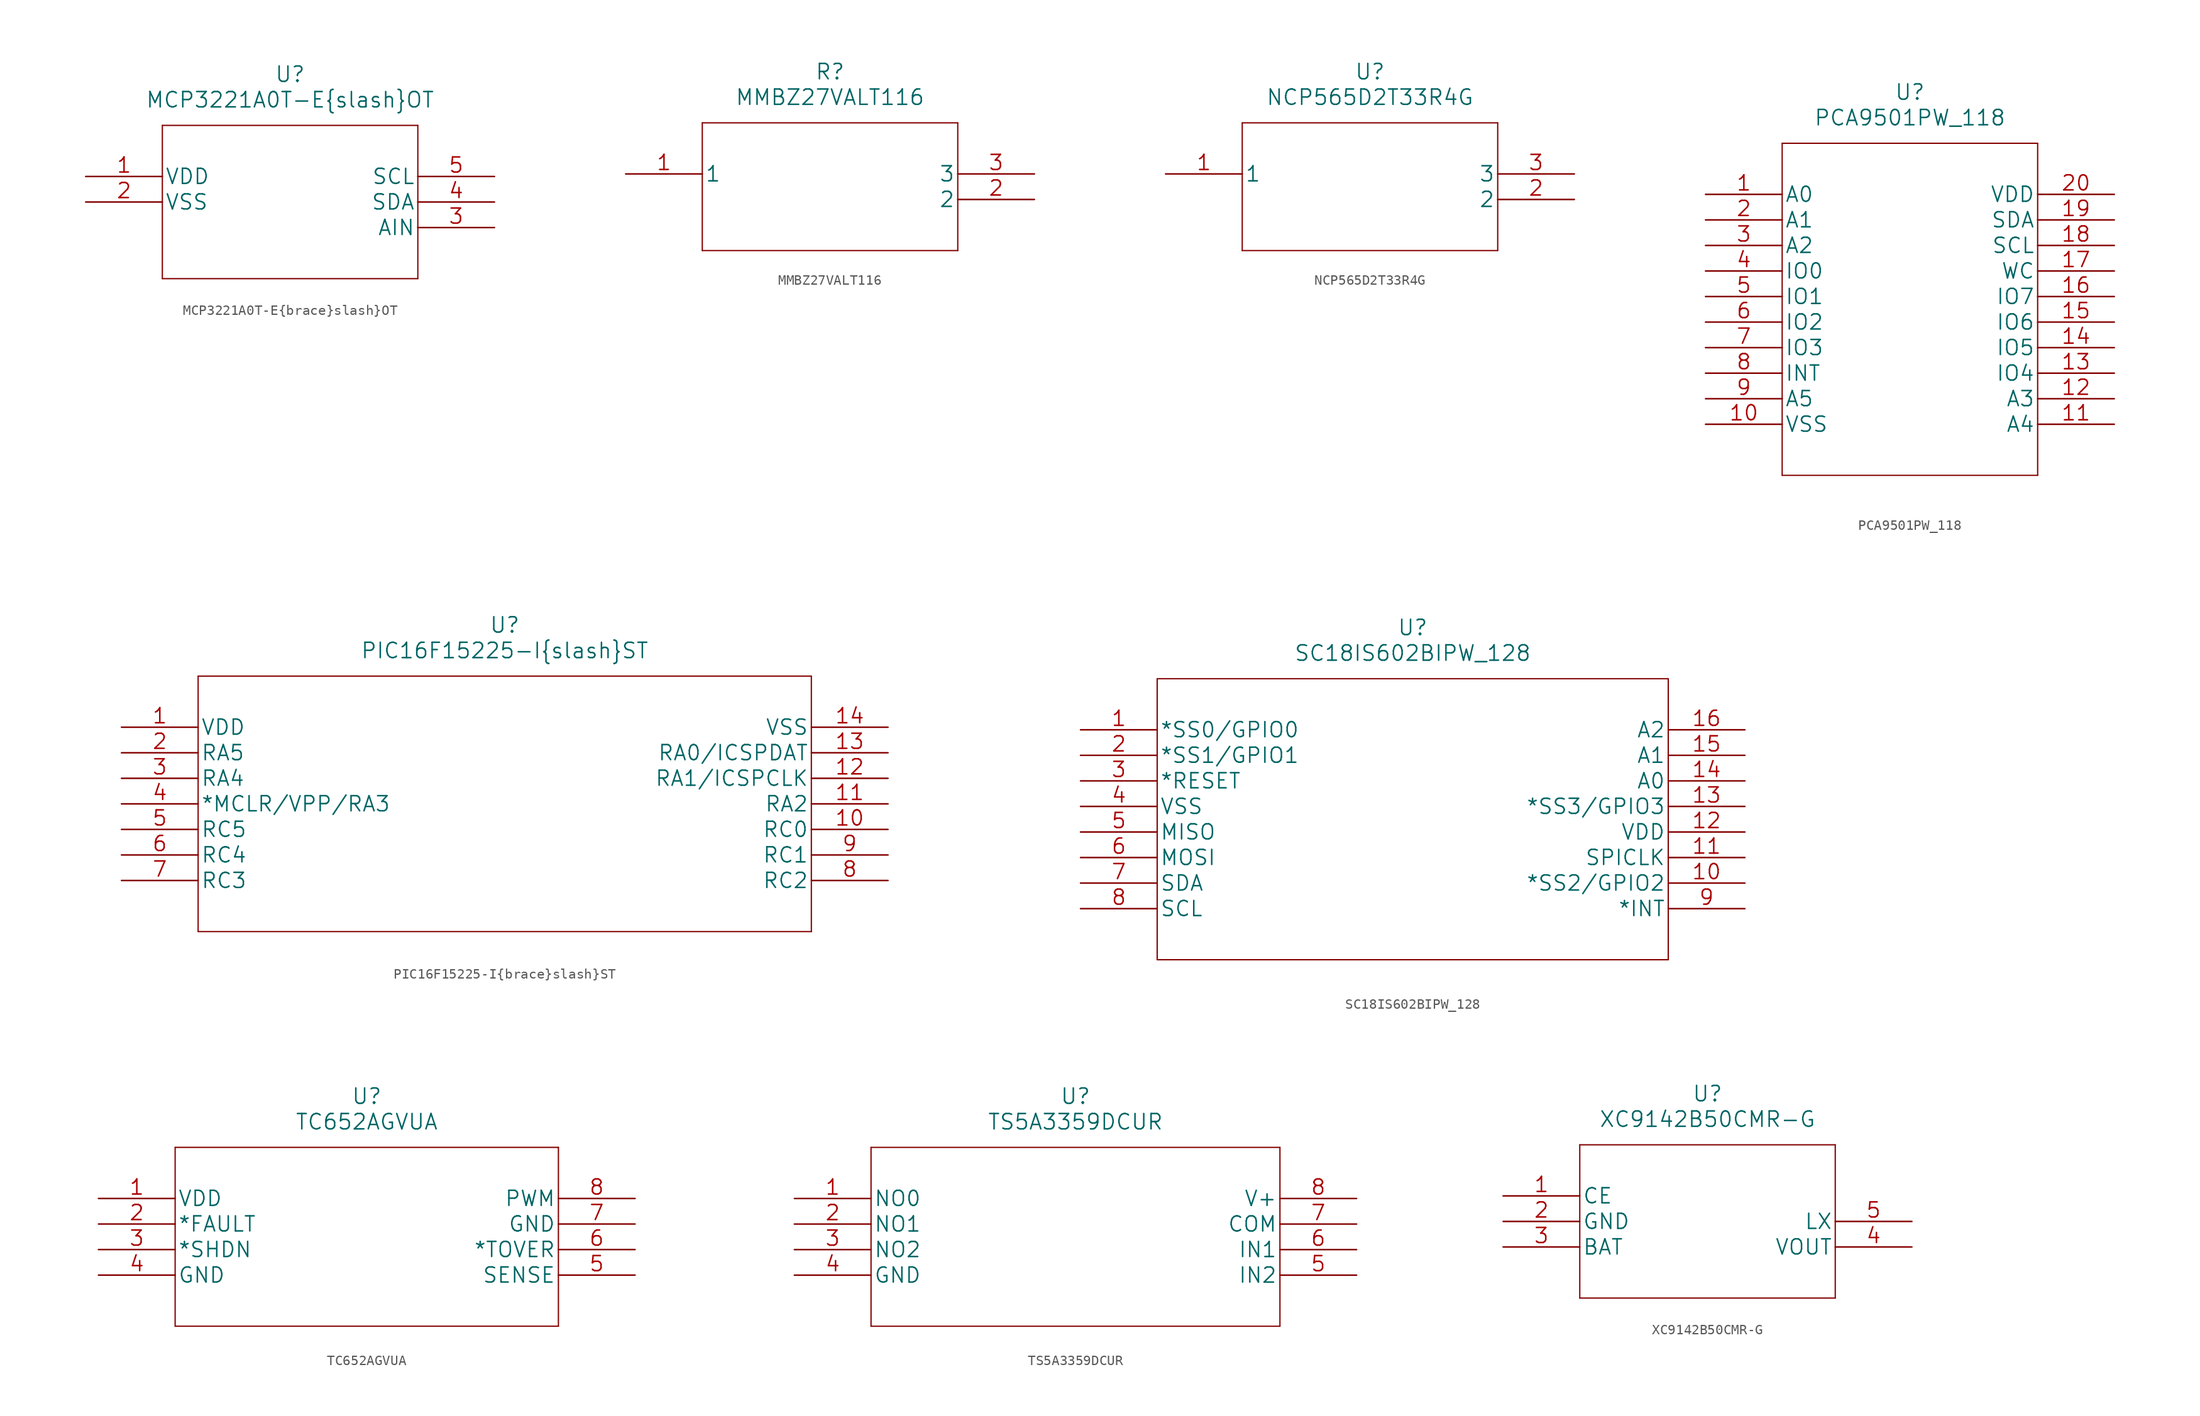
<source format=kicad_sym>
(kicad_symbol_lib
  (version 20211014)
  (generator kicad_symbol_editor)
  (symbol "MCP3221A0T-E{brace}slash}OT"
    (pin_names
      (offset 0.254))
    (property "Reference" "U"
      (at 20.32 10.16 0)
      (effects (font (size 1.524 1.524))))
    (property "Value" "MCP3221A0T-E{brace}slash}OT"
      (at 20.32 7.62 0)
      (effects (font (size 1.524 1.524))))
    (property "Datasheet" ""
      (at 0 0 0)
      (effects (font (size 1.524 1.524))))
    (property "ki_locked" ""
      (at 0 0 0)
      (effects (font (size 1.27 1.27))))
    (symbol "MCP3221A0T-E{brace}slash}OT_1_1"
      (polyline (pts (xy 7.62 -10.16) (xy 33.02 -10.16)) (stroke (width 0.127) (type default) (color 0 0 0 0)) (fill (type none)))
      (polyline (pts (xy 7.62 5.08) (xy 7.62 -10.16)) (stroke (width 0.127) (type default) (color 0 0 0 0)) (fill (type none)))
      (polyline (pts (xy 33.02 -10.16) (xy 33.02 5.08)) (stroke (width 0.127) (type default) (color 0 0 0 0)) (fill (type none)))
      (polyline (pts (xy 33.02 5.08) (xy 7.62 5.08)) (stroke (width 0.127) (type default) (color 0 0 0 0)) (fill (type none)))
      (pin unspecified line (at 0 0 0) (length 7.62) (name "VDD" (effects (font (size 1.499 1.499)))) (number "1" (effects (font (size 1.499 1.499)))))
      (pin unspecified line (at 0 -2.54 0) (length 7.62) (name "VSS" (effects (font (size 1.499 1.499)))) (number "2" (effects (font (size 1.499 1.499)))))
      (pin unspecified line (at 40.64 -5.08 180) (length 7.62) (name "AIN" (effects (font (size 1.499 1.499)))) (number "3" (effects (font (size 1.499 1.499)))))
      (pin unspecified line (at 40.64 -2.54 180) (length 7.62) (name "SDA" (effects (font (size 1.499 1.499)))) (number "4" (effects (font (size 1.499 1.499)))))
      (pin unspecified line (at 40.64 0 180) (length 7.62) (name "SCL" (effects (font (size 1.499 1.499)))) (number "5" (effects (font (size 1.499 1.499)))))))
  (symbol "MMBZ27VALT116"
    (pin_names
      (offset 0.254))
    (property "Reference" "R"
      (at 20.32 10.16 0)
      (effects (font (size 1.524 1.524))))
    (property "Value" "MMBZ27VALT116"
      (at 20.32 7.62 0)
      (effects (font (size 1.524 1.524))))
    (property "Datasheet" ""
      (at 0 0 0)
      (effects (font (size 1.524 1.524))))
    (property "ki_locked" ""
      (at 0 0 0)
      (effects (font (size 1.27 1.27))))
    (symbol "MMBZ27VALT116_1_1"
      (polyline (pts (xy 7.62 -7.62) (xy 33.02 -7.62)) (stroke (width 0.127) (type default) (color 0 0 0 0)) (fill (type none)))
      (polyline (pts (xy 7.62 5.08) (xy 7.62 -7.62)) (stroke (width 0.127) (type default) (color 0 0 0 0)) (fill (type none)))
      (polyline (pts (xy 33.02 -7.62) (xy 33.02 5.08)) (stroke (width 0.127) (type default) (color 0 0 0 0)) (fill (type none)))
      (polyline (pts (xy 33.02 5.08) (xy 7.62 5.08)) (stroke (width 0.127) (type default) (color 0 0 0 0)) (fill (type none)))
      (pin unspecified line (at 0 0 0) (length 7.62) (name "1" (effects (font (size 1.499 1.499)))) (number "1" (effects (font (size 1.499 1.499)))))
      (pin unspecified line (at 40.64 -2.54 180) (length 7.62) (name "2" (effects (font (size 1.499 1.499)))) (number "2" (effects (font (size 1.499 1.499)))))
      (pin unspecified line (at 40.64 0 180) (length 7.62) (name "3" (effects (font (size 1.499 1.499)))) (number "3" (effects (font (size 1.499 1.499)))))))
  (symbol "NCP565D2T33R4G"
    (pin_names
      (offset 0.254))
    (property "Reference" "U"
      (at 20.32 10.16 0)
      (effects (font (size 1.524 1.524))))
    (property "Value" "NCP565D2T33R4G"
      (at 20.32 7.62 0)
      (effects (font (size 1.524 1.524))))
    (property "Datasheet" ""
      (at 0 0 0)
      (effects (font (size 1.524 1.524))))
    (property "ki_locked" ""
      (at 0 0 0)
      (effects (font (size 1.27 1.27))))
    (symbol "NCP565D2T33R4G_1_1"
      (polyline (pts (xy 7.62 -7.62) (xy 33.02 -7.62)) (stroke (width 0.127) (type default) (color 0 0 0 0)) (fill (type none)))
      (polyline (pts (xy 7.62 5.08) (xy 7.62 -7.62)) (stroke (width 0.127) (type default) (color 0 0 0 0)) (fill (type none)))
      (polyline (pts (xy 33.02 -7.62) (xy 33.02 5.08)) (stroke (width 0.127) (type default) (color 0 0 0 0)) (fill (type none)))
      (polyline (pts (xy 33.02 5.08) (xy 7.62 5.08)) (stroke (width 0.127) (type default) (color 0 0 0 0)) (fill (type none)))
      (pin unspecified line (at 0 0 0) (length 7.62) (name "1" (effects (font (size 1.499 1.499)))) (number "1" (effects (font (size 1.499 1.499)))))
      (pin unspecified line (at 40.64 -2.54 180) (length 7.62) (name "2" (effects (font (size 1.499 1.499)))) (number "2" (effects (font (size 1.499 1.499)))))
      (pin unspecified line (at 40.64 0 180) (length 7.62) (name "3" (effects (font (size 1.499 1.499)))) (number "3" (effects (font (size 1.499 1.499)))))))
  (symbol "PCA9501PW_118"
    (pin_names
      (offset 0.254))
    (property "Reference" "U"
      (at 20.32 10.16 0)
      (effects (font (size 1.524 1.524))))
    (property "Value" "PCA9501PW_118"
      (at 20.32 7.62 0)
      (effects (font (size 1.524 1.524))))
    (property "Datasheet" ""
      (at 0 0 0)
      (effects (font (size 1.524 1.524))))
    (property "ki_locked" ""
      (at 0 0 0)
      (effects (font (size 1.27 1.27))))
    (symbol "PCA9501PW_118_1_1"
      (polyline (pts (xy 7.62 -27.94) (xy 33.02 -27.94)) (stroke (width 0.127) (type default) (color 0 0 0 0)) (fill (type none)))
      (polyline (pts (xy 7.62 5.08) (xy 7.62 -27.94)) (stroke (width 0.127) (type default) (color 0 0 0 0)) (fill (type none)))
      (polyline (pts (xy 33.02 -27.94) (xy 33.02 5.08)) (stroke (width 0.127) (type default) (color 0 0 0 0)) (fill (type none)))
      (polyline (pts (xy 33.02 5.08) (xy 7.62 5.08)) (stroke (width 0.127) (type default) (color 0 0 0 0)) (fill (type none)))
      (pin bidirectional line (at 0 0 0) (length 7.62) (name "A0" (effects (font (size 1.499 1.499)))) (number "1" (effects (font (size 1.499 1.499)))))
      (pin power_in line (at 0 -22.86 0) (length 7.62) (name "VSS" (effects (font (size 1.499 1.499)))) (number "10" (effects (font (size 1.499 1.499)))))
      (pin bidirectional line (at 40.64 -22.86 180) (length 7.62) (name "A4" (effects (font (size 1.499 1.499)))) (number "11" (effects (font (size 1.499 1.499)))))
      (pin bidirectional line (at 40.64 -20.32 180) (length 7.62) (name "A3" (effects (font (size 1.499 1.499)))) (number "12" (effects (font (size 1.499 1.499)))))
      (pin bidirectional line (at 40.64 -17.78 180) (length 7.62) (name "IO4" (effects (font (size 1.499 1.499)))) (number "13" (effects (font (size 1.499 1.499)))))
      (pin bidirectional line (at 40.64 -15.24 180) (length 7.62) (name "IO5" (effects (font (size 1.499 1.499)))) (number "14" (effects (font (size 1.499 1.499)))))
      (pin bidirectional line (at 40.64 -12.7 180) (length 7.62) (name "IO6" (effects (font (size 1.499 1.499)))) (number "15" (effects (font (size 1.499 1.499)))))
      (pin bidirectional line (at 40.64 -10.16 180) (length 7.62) (name "IO7" (effects (font (size 1.499 1.499)))) (number "16" (effects (font (size 1.499 1.499)))))
      (pin unspecified line (at 40.64 -7.62 180) (length 7.62) (name "WC" (effects (font (size 1.499 1.499)))) (number "17" (effects (font (size 1.499 1.499)))))
      (pin unspecified line (at 40.64 -5.08 180) (length 7.62) (name "SCL" (effects (font (size 1.499 1.499)))) (number "18" (effects (font (size 1.499 1.499)))))
      (pin unspecified line (at 40.64 -2.54 180) (length 7.62) (name "SDA" (effects (font (size 1.499 1.499)))) (number "19" (effects (font (size 1.499 1.499)))))
      (pin bidirectional line (at 0 -2.54 0) (length 7.62) (name "A1" (effects (font (size 1.499 1.499)))) (number "2" (effects (font (size 1.499 1.499)))))
      (pin power_in line (at 40.64 0 180) (length 7.62) (name "VDD" (effects (font (size 1.499 1.499)))) (number "20" (effects (font (size 1.499 1.499)))))
      (pin bidirectional line (at 0 -5.08 0) (length 7.62) (name "A2" (effects (font (size 1.499 1.499)))) (number "3" (effects (font (size 1.499 1.499)))))
      (pin bidirectional line (at 0 -7.62 0) (length 7.62) (name "IO0" (effects (font (size 1.499 1.499)))) (number "4" (effects (font (size 1.499 1.499)))))
      (pin bidirectional line (at 0 -10.16 0) (length 7.62) (name "IO1" (effects (font (size 1.499 1.499)))) (number "5" (effects (font (size 1.499 1.499)))))
      (pin bidirectional line (at 0 -12.7 0) (length 7.62) (name "IO2" (effects (font (size 1.499 1.499)))) (number "6" (effects (font (size 1.499 1.499)))))
      (pin bidirectional line (at 0 -15.24 0) (length 7.62) (name "IO3" (effects (font (size 1.499 1.499)))) (number "7" (effects (font (size 1.499 1.499)))))
      (pin input line (at 0 -17.78 0) (length 7.62) (name "INT" (effects (font (size 1.499 1.499)))) (number "8" (effects (font (size 1.499 1.499)))))
      (pin bidirectional line (at 0 -20.32 0) (length 7.62) (name "A5" (effects (font (size 1.499 1.499)))) (number "9" (effects (font (size 1.499 1.499)))))))
  (symbol "PIC16F15225-I{brace}slash}ST"
    (pin_names
      (offset 0.254))
    (property "Reference" "U"
      (at 38.1 10.16 0)
      (effects (font (size 1.524 1.524))))
    (property "Value" "PIC16F15225-I{brace}slash}ST"
      (at 38.1 7.62 0)
      (effects (font (size 1.524 1.524))))
    (property "Datasheet" ""
      (at 0 0 0)
      (effects (font (size 1.524 1.524))))
    (property "ki_locked" ""
      (at 0 0 0)
      (effects (font (size 1.27 1.27))))
    (symbol "PIC16F15225-I{brace}slash}ST_1_1"
      (polyline (pts (xy 7.62 -20.32) (xy 68.58 -20.32)) (stroke (width 0.127) (type default) (color 0 0 0 0)) (fill (type none)))
      (polyline (pts (xy 7.62 5.08) (xy 7.62 -20.32)) (stroke (width 0.127) (type default) (color 0 0 0 0)) (fill (type none)))
      (polyline (pts (xy 68.58 -20.32) (xy 68.58 5.08)) (stroke (width 0.127) (type default) (color 0 0 0 0)) (fill (type none)))
      (polyline (pts (xy 68.58 5.08) (xy 7.62 5.08)) (stroke (width 0.127) (type default) (color 0 0 0 0)) (fill (type none)))
      (pin power_in line (at 0 0 0) (length 7.62) (name "VDD" (effects (font (size 1.499 1.499)))) (number "1" (effects (font (size 1.499 1.499)))))
      (pin bidirectional line (at 76.2 -10.16 180) (length 7.62) (name "RC0" (effects (font (size 1.499 1.499)))) (number "10" (effects (font (size 1.499 1.499)))))
      (pin bidirectional line (at 76.2 -7.62 180) (length 7.62) (name "RA2" (effects (font (size 1.499 1.499)))) (number "11" (effects (font (size 1.499 1.499)))))
      (pin bidirectional line (at 76.2 -5.08 180) (length 7.62) (name "RA1/ICSPCLK" (effects (font (size 1.499 1.499)))) (number "12" (effects (font (size 1.499 1.499)))))
      (pin bidirectional line (at 76.2 -2.54 180) (length 7.62) (name "RA0/ICSPDAT" (effects (font (size 1.499 1.499)))) (number "13" (effects (font (size 1.499 1.499)))))
      (pin power_in line (at 76.2 0 180) (length 7.62) (name "VSS" (effects (font (size 1.499 1.499)))) (number "14" (effects (font (size 1.499 1.499)))))
      (pin bidirectional line (at 0 -2.54 0) (length 7.62) (name "RA5" (effects (font (size 1.499 1.499)))) (number "2" (effects (font (size 1.499 1.499)))))
      (pin bidirectional line (at 0 -5.08 0) (length 7.62) (name "RA4" (effects (font (size 1.499 1.499)))) (number "3" (effects (font (size 1.499 1.499)))))
      (pin bidirectional line (at 0 -7.62 0) (length 7.62) (name "*MCLR/VPP/RA3" (effects (font (size 1.499 1.499)))) (number "4" (effects (font (size 1.499 1.499)))))
      (pin bidirectional line (at 0 -10.16 0) (length 7.62) (name "RC5" (effects (font (size 1.499 1.499)))) (number "5" (effects (font (size 1.499 1.499)))))
      (pin bidirectional line (at 0 -12.7 0) (length 7.62) (name "RC4" (effects (font (size 1.499 1.499)))) (number "6" (effects (font (size 1.499 1.499)))))
      (pin bidirectional line (at 0 -15.24 0) (length 7.62) (name "RC3" (effects (font (size 1.499 1.499)))) (number "7" (effects (font (size 1.499 1.499)))))
      (pin bidirectional line (at 76.2 -15.24 180) (length 7.62) (name "RC2" (effects (font (size 1.499 1.499)))) (number "8" (effects (font (size 1.499 1.499)))))
      (pin bidirectional line (at 76.2 -12.7 180) (length 7.62) (name "RC1" (effects (font (size 1.499 1.499)))) (number "9" (effects (font (size 1.499 1.499)))))))
  (symbol "SC18IS602BIPW_128"
    (pin_names
      (offset 0.254))
    (property "Reference" "U"
      (at 33.02 10.16 0)
      (effects (font (size 1.524 1.524))))
    (property "Value" "SC18IS602BIPW_128"
      (at 33.02 7.62 0)
      (effects (font (size 1.524 1.524))))
    (property "Datasheet" ""
      (at 0 0 0)
      (effects (font (size 1.524 1.524))))
    (property "ki_locked" ""
      (at 0 0 0)
      (effects (font (size 1.27 1.27))))
    (symbol "SC18IS602BIPW_128_1_1"
      (polyline (pts (xy 7.62 -22.86) (xy 58.42 -22.86)) (stroke (width 0.127) (type default) (color 0 0 0 0)) (fill (type none)))
      (polyline (pts (xy 7.62 5.08) (xy 7.62 -22.86)) (stroke (width 0.127) (type default) (color 0 0 0 0)) (fill (type none)))
      (polyline (pts (xy 58.42 -22.86) (xy 58.42 5.08)) (stroke (width 0.127) (type default) (color 0 0 0 0)) (fill (type none)))
      (polyline (pts (xy 58.42 5.08) (xy 7.62 5.08)) (stroke (width 0.127) (type default) (color 0 0 0 0)) (fill (type none)))
      (pin bidirectional line (at 0 0 0) (length 7.62) (name "*SS0/GPIO0" (effects (font (size 1.499 1.499)))) (number "1" (effects (font (size 1.499 1.499)))))
      (pin bidirectional line (at 66.04 -15.24 180) (length 7.62) (name "*SS2/GPIO2" (effects (font (size 1.499 1.499)))) (number "10" (effects (font (size 1.499 1.499)))))
      (pin output line (at 66.04 -12.7 180) (length 7.62) (name "SPICLK" (effects (font (size 1.499 1.499)))) (number "11" (effects (font (size 1.499 1.499)))))
      (pin power_in line (at 66.04 -10.16 180) (length 7.62) (name "VDD" (effects (font (size 1.499 1.499)))) (number "12" (effects (font (size 1.499 1.499)))))
      (pin bidirectional line (at 66.04 -7.62 180) (length 7.62) (name "*SS3/GPIO3" (effects (font (size 1.499 1.499)))) (number "13" (effects (font (size 1.499 1.499)))))
      (pin input line (at 66.04 -5.08 180) (length 7.62) (name "A0" (effects (font (size 1.499 1.499)))) (number "14" (effects (font (size 1.499 1.499)))))
      (pin input line (at 66.04 -2.54 180) (length 7.62) (name "A1" (effects (font (size 1.499 1.499)))) (number "15" (effects (font (size 1.499 1.499)))))
      (pin input line (at 66.04 0 180) (length 7.62) (name "A2" (effects (font (size 1.499 1.499)))) (number "16" (effects (font (size 1.499 1.499)))))
      (pin bidirectional line (at 0 -2.54 0) (length 7.62) (name "*SS1/GPIO1" (effects (font (size 1.499 1.499)))) (number "2" (effects (font (size 1.499 1.499)))))
      (pin input line (at 0 -5.08 0) (length 7.62) (name "*RESET" (effects (font (size 1.499 1.499)))) (number "3" (effects (font (size 1.499 1.499)))))
      (pin power_in line (at 0 -7.62 0) (length 7.62) (name "VSS" (effects (font (size 1.499 1.499)))) (number "4" (effects (font (size 1.499 1.499)))))
      (pin input line (at 0 -10.16 0) (length 7.62) (name "MISO" (effects (font (size 1.499 1.499)))) (number "5" (effects (font (size 1.499 1.499)))))
      (pin output line (at 0 -12.7 0) (length 7.62) (name "MOSI" (effects (font (size 1.499 1.499)))) (number "6" (effects (font (size 1.499 1.499)))))
      (pin bidirectional line (at 0 -15.24 0) (length 7.62) (name "SDA" (effects (font (size 1.499 1.499)))) (number "7" (effects (font (size 1.499 1.499)))))
      (pin input line (at 0 -17.78 0) (length 7.62) (name "SCL" (effects (font (size 1.499 1.499)))) (number "8" (effects (font (size 1.499 1.499)))))
      (pin output line (at 66.04 -17.78 180) (length 7.62) (name "*INT" (effects (font (size 1.499 1.499)))) (number "9" (effects (font (size 1.499 1.499)))))))
  (symbol "TC652AGVUA"
    (pin_names
      (offset 0.254))
    (property "Reference" "U"
      (at 26.67 10.16 0)
      (effects (font (size 1.524 1.524))))
    (property "Value" "TC652AGVUA"
      (at 26.67 7.62 0)
      (effects (font (size 1.524 1.524))))
    (property "Datasheet" ""
      (at 0 0 0)
      (effects (font (size 1.524 1.524))))
    (property "ki_locked" ""
      (at 0 0 0)
      (effects (font (size 1.27 1.27))))
    (symbol "TC652AGVUA_1_1"
      (polyline (pts (xy 7.62 -12.7) (xy 45.72 -12.7)) (stroke (width 0.127) (type default) (color 0 0 0 0)) (fill (type none)))
      (polyline (pts (xy 7.62 5.08) (xy 7.62 -12.7)) (stroke (width 0.127) (type default) (color 0 0 0 0)) (fill (type none)))
      (polyline (pts (xy 45.72 -12.7) (xy 45.72 5.08)) (stroke (width 0.127) (type default) (color 0 0 0 0)) (fill (type none)))
      (polyline (pts (xy 45.72 5.08) (xy 7.62 5.08)) (stroke (width 0.127) (type default) (color 0 0 0 0)) (fill (type none)))
      (pin unspecified line (at 0 0 0) (length 7.62) (name "VDD" (effects (font (size 1.499 1.499)))) (number "1" (effects (font (size 1.499 1.499)))))
      (pin unspecified line (at 0 -2.54 0) (length 7.62) (name "*FAULT" (effects (font (size 1.499 1.499)))) (number "2" (effects (font (size 1.499 1.499)))))
      (pin unspecified line (at 0 -5.08 0) (length 7.62) (name "*SHDN" (effects (font (size 1.499 1.499)))) (number "3" (effects (font (size 1.499 1.499)))))
      (pin unspecified line (at 0 -7.62 0) (length 7.62) (name "GND" (effects (font (size 1.499 1.499)))) (number "4" (effects (font (size 1.499 1.499)))))
      (pin unspecified line (at 53.34 -7.62 180) (length 7.62) (name "SENSE" (effects (font (size 1.499 1.499)))) (number "5" (effects (font (size 1.499 1.499)))))
      (pin unspecified line (at 53.34 -5.08 180) (length 7.62) (name "*TOVER" (effects (font (size 1.499 1.499)))) (number "6" (effects (font (size 1.499 1.499)))))
      (pin unspecified line (at 53.34 -2.54 180) (length 7.62) (name "GND" (effects (font (size 1.499 1.499)))) (number "7" (effects (font (size 1.499 1.499)))))
      (pin unspecified line (at 53.34 0 180) (length 7.62) (name "PWM" (effects (font (size 1.499 1.499)))) (number "8" (effects (font (size 1.499 1.499)))))))
  (symbol "TS5A3359DCUR"
    (pin_names
      (offset 0.254))
    (property "Reference" "U"
      (at 27.94 10.16 0)
      (effects (font (size 1.524 1.524))))
    (property "Value" "TS5A3359DCUR"
      (at 27.94 7.62 0)
      (effects (font (size 1.524 1.524))))
    (property "Datasheet" ""
      (at 0 0 0)
      (effects (font (size 1.524 1.524))))
    (property "ki_locked" ""
      (at 0 0 0)
      (effects (font (size 1.27 1.27))))
    (symbol "TS5A3359DCUR_1_1"
      (polyline (pts (xy 7.62 -12.7) (xy 48.26 -12.7)) (stroke (width 0.127) (type default) (color 0 0 0 0)) (fill (type none)))
      (polyline (pts (xy 7.62 5.08) (xy 7.62 -12.7)) (stroke (width 0.127) (type default) (color 0 0 0 0)) (fill (type none)))
      (polyline (pts (xy 48.26 -12.7) (xy 48.26 5.08)) (stroke (width 0.127) (type default) (color 0 0 0 0)) (fill (type none)))
      (polyline (pts (xy 48.26 5.08) (xy 7.62 5.08)) (stroke (width 0.127) (type default) (color 0 0 0 0)) (fill (type none)))
      (pin output line (at 0 0 0) (length 7.62) (name "NO0" (effects (font (size 1.499 1.499)))) (number "1" (effects (font (size 1.499 1.499)))))
      (pin output line (at 0 -2.54 0) (length 7.62) (name "NO1" (effects (font (size 1.499 1.499)))) (number "2" (effects (font (size 1.499 1.499)))))
      (pin output line (at 0 -5.08 0) (length 7.62) (name "NO2" (effects (font (size 1.499 1.499)))) (number "3" (effects (font (size 1.499 1.499)))))
      (pin power_in line (at 0 -7.62 0) (length 7.62) (name "GND" (effects (font (size 1.499 1.499)))) (number "4" (effects (font (size 1.499 1.499)))))
      (pin input line (at 55.88 -7.62 180) (length 7.62) (name "IN2" (effects (font (size 1.499 1.499)))) (number "5" (effects (font (size 1.499 1.499)))))
      (pin input line (at 55.88 -5.08 180) (length 7.62) (name "IN1" (effects (font (size 1.499 1.499)))) (number "6" (effects (font (size 1.499 1.499)))))
      (pin unspecified line (at 55.88 -2.54 180) (length 7.62) (name "COM" (effects (font (size 1.499 1.499)))) (number "7" (effects (font (size 1.499 1.499)))))
      (pin power_in line (at 55.88 0 180) (length 7.62) (name "V+" (effects (font (size 1.499 1.499)))) (number "8" (effects (font (size 1.499 1.499)))))))
  (symbol "XC9142B50CMR-G"
    (pin_names
      (offset 0.254))
    (property "Reference" "U"
      (at 20.32 10.16 0)
      (effects (font (size 1.524 1.524))))
    (property "Value" "XC9142B50CMR-G"
      (at 20.32 7.62 0)
      (effects (font (size 1.524 1.524))))
    (property "Datasheet" ""
      (at 0 0 0)
      (effects (font (size 1.524 1.524))))
    (property "ki_locked" ""
      (at 0 0 0)
      (effects (font (size 1.27 1.27))))
    (symbol "XC9142B50CMR-G_1_1"
      (polyline (pts (xy 7.62 -10.16) (xy 33.02 -10.16)) (stroke (width 0.127) (type default) (color 0 0 0 0)) (fill (type none)))
      (polyline (pts (xy 7.62 5.08) (xy 7.62 -10.16)) (stroke (width 0.127) (type default) (color 0 0 0 0)) (fill (type none)))
      (polyline (pts (xy 33.02 -10.16) (xy 33.02 5.08)) (stroke (width 0.127) (type default) (color 0 0 0 0)) (fill (type none)))
      (polyline (pts (xy 33.02 5.08) (xy 7.62 5.08)) (stroke (width 0.127) (type default) (color 0 0 0 0)) (fill (type none)))
      (pin unspecified line (at 0 0 0) (length 7.62) (name "CE" (effects (font (size 1.499 1.499)))) (number "1" (effects (font (size 1.499 1.499)))))
      (pin power_in line (at 0 -2.54 0) (length 7.62) (name "GND" (effects (font (size 1.499 1.499)))) (number "2" (effects (font (size 1.499 1.499)))))
      (pin unspecified line (at 0 -5.08 0) (length 7.62) (name "BAT" (effects (font (size 1.499 1.499)))) (number "3" (effects (font (size 1.499 1.499)))))
      (pin output line (at 40.64 -5.08 180) (length 7.62) (name "VOUT" (effects (font (size 1.499 1.499)))) (number "4" (effects (font (size 1.499 1.499)))))
      (pin unspecified line (at 40.64 -2.54 180) (length 7.62) (name "LX" (effects (font (size 1.499 1.499)))) (number "5" (effects (font (size 1.499 1.499))))))))
</source>
